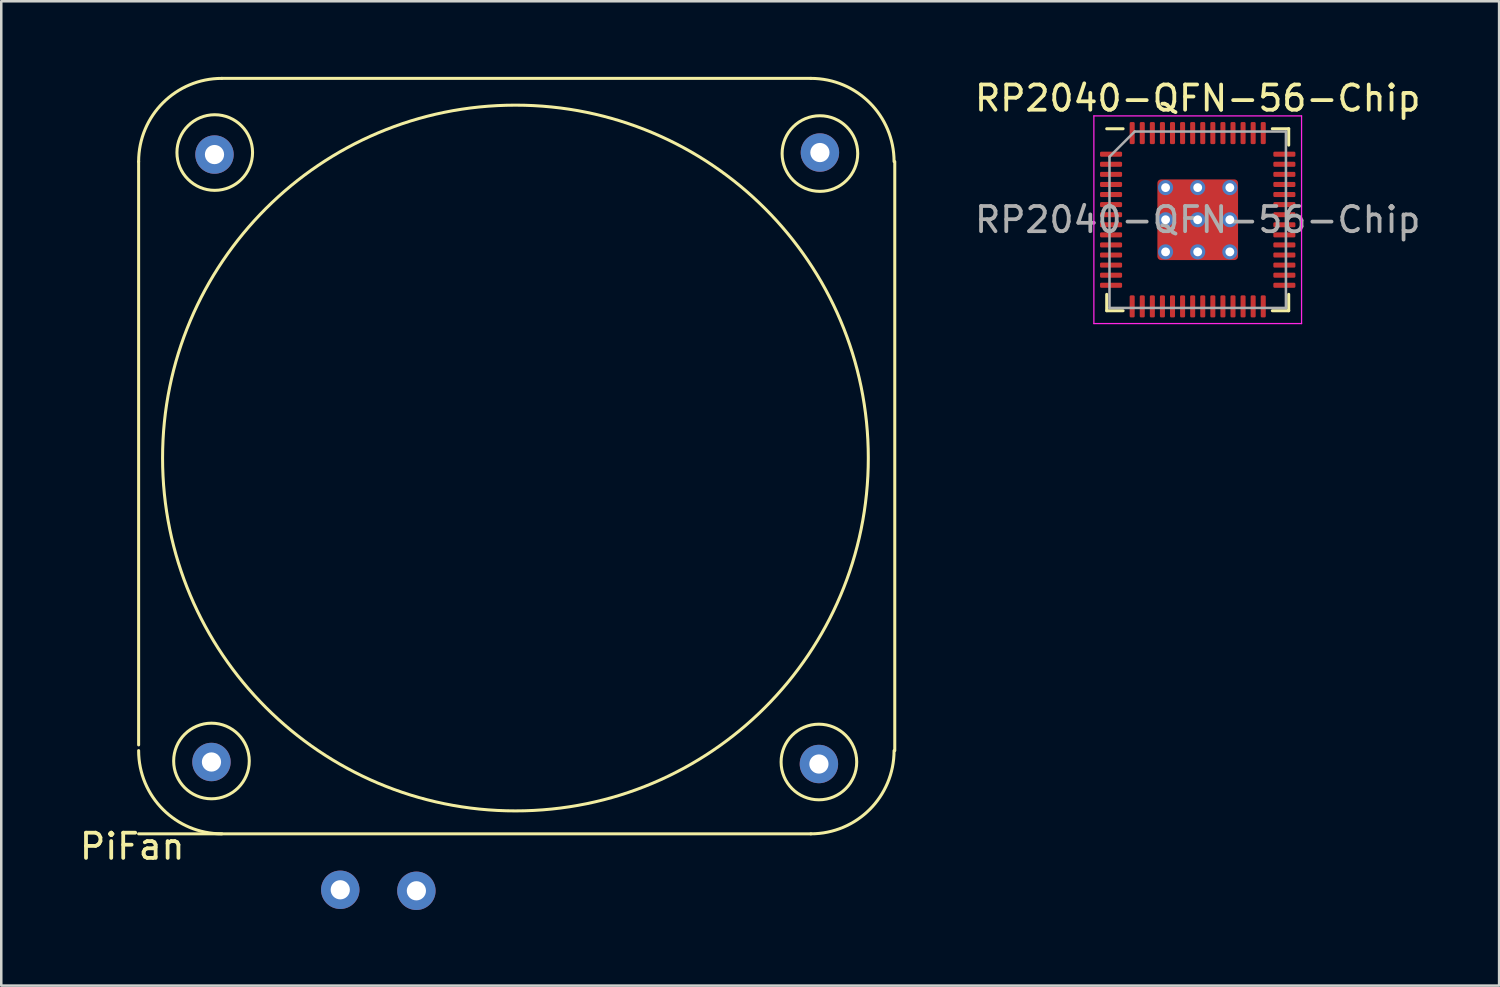
<source format=kicad_pcb>
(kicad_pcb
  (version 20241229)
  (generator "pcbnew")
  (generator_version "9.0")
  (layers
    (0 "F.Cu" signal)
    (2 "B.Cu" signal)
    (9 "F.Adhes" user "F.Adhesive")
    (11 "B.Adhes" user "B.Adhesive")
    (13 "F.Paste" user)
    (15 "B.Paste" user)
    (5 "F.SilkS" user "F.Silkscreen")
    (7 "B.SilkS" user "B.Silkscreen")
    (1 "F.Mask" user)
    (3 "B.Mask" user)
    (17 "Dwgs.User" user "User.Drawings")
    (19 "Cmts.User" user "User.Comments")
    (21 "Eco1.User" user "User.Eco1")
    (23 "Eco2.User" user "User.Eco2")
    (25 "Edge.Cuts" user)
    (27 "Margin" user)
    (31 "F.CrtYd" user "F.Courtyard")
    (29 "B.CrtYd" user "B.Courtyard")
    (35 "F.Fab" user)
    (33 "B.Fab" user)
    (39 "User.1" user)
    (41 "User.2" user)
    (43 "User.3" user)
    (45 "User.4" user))
  (footprint "PiFan"
    (layer "F.Cu")
    (at 17.4 15.122)
    (property "Reference" "PiFan" (at -15.204 15.41 0) (layer "F.SilkS") (effects (font (size 1 1) (thickness 0.15))))
    (attr through_hole)
    (fp_line (start -14.95 -11.76) (end -14.95 11.382) (stroke (width 0.12) (type solid)) (layer "F.SilkS"))
    (fp_line (start -14.95 14.91) (end 11.72 14.91) (stroke (width 0.12) (type solid)) (layer "F.SilkS"))
    (fp_line (start -11.648 -15.062) (end 11.72 -15.062) (stroke (width 0.12) (type solid)) (layer "F.SilkS"))
    (fp_line (start 15.05 -11.76) (end 15.05 11.608) (stroke (width 0.12) (type solid)) (layer "F.SilkS"))
    (fp_arc (start -14.95 -11.76) (mid -13.982867 -14.094867) (end -11.648 -15.062) (stroke (width 0.12) (type solid)) (layer "F.SilkS"))
    (fp_arc (start -11.648 14.91) (mid -13.982867 13.942867) (end -14.95 11.608) (stroke (width 0.12) (type solid)) (layer "F.SilkS"))
    (fp_arc (start 11.72 -15.062) (mid 14.054867 -14.094867) (end 15.022 -11.76) (stroke (width 0.12) (type solid)) (layer "F.SilkS"))
    (fp_arc (start 15.022 11.608) (mid 14.054867 13.942867) (end 11.72 14.91) (stroke (width 0.12) (type solid)) (layer "F.SilkS"))
    (fp_circle (center -12.06 12.02) (end -10.56 12.02) (stroke (width 0.12) (type solid)) (fill no) (layer "F.SilkS"))
    (fp_circle (center -11.93 -12.12) (end -10.43 -12.12) (stroke (width 0.12) (type solid)) (fill no) (layer "F.SilkS"))
    (fp_circle (center 0 0) (end 14 0) (stroke (width 0.12) (type solid)) (fill no) (layer "F.SilkS"))
    (fp_circle (center 12.04 12.06) (end 13.54 12.06) (stroke (width 0.12) (type solid)) (fill no) (layer "F.SilkS"))
    (fp_circle (center 12.08 -12.08) (end 13.58 -12.08) (stroke (width 0.12) (type solid)) (fill no) (layer "F.SilkS"))
    (pad "1" thru_hole circle (at 12.08 -12.12) (size 1.524 1.524) (drill 0.762) (layers "*.Cu" "*.Mask"))
    (pad "2" thru_hole circle (at -11.94 -12.04) (size 1.524 1.524) (drill 0.762) (layers "*.Cu" "*.Mask"))
    (pad "3" thru_hole circle (at -12.06 12.06) (size 1.524 1.524) (drill 0.762) (layers "*.Cu" "*.Mask"))
    (pad "4" thru_hole circle (at 12.04 12.14) (size 1.524 1.524) (drill 0.762) (layers "*.Cu" "*.Mask"))
    (pad "5" thru_hole circle (at -6.95 17.13) (size 1.524 1.524) (drill 0.762) (layers "*.Cu" "*.Mask"))
    (pad "6" thru_hole circle (at -3.93 17.17) (size 1.524 1.524) (drill 0.762) (layers "*.Cu" "*.Mask")))
  (footprint "RP2040-QFN-56-Chip"
    (layer "F.Cu")
    (at 44.469 5.668)
    (property "Reference" "RP2040-QFN-56-Chip" (at 0 -4.82 0) (layer "F.SilkS") (effects (font (size 1 1) (thickness 0.15))))
    (attr smd)
    (fp_line (start -3.61 3.61) (end -3.61 2.96) (stroke (width 0.12) (type solid)) (layer "F.SilkS"))
    (fp_line (start -2.96 -3.61) (end -3.61 -3.61) (stroke (width 0.12) (type solid)) (layer "F.SilkS"))
    (fp_line (start -2.96 3.61) (end -3.61 3.61) (stroke (width 0.12) (type solid)) (layer "F.SilkS"))
    (fp_line (start 2.96 -3.61) (end 3.61 -3.61) (stroke (width 0.12) (type solid)) (layer "F.SilkS"))
    (fp_line (start 2.96 3.61) (end 3.61 3.61) (stroke (width 0.12) (type solid)) (layer "F.SilkS"))
    (fp_line (start 3.61 -3.61) (end 3.61 -2.96) (stroke (width 0.12) (type solid)) (layer "F.SilkS"))
    (fp_line (start 3.61 3.61) (end 3.61 2.96) (stroke (width 0.12) (type solid)) (layer "F.SilkS"))
    (fp_line (start -4.12 -4.12) (end -4.12 4.12) (stroke (width 0.05) (type solid)) (layer "F.CrtYd"))
    (fp_line (start -4.12 4.12) (end 4.12 4.12) (stroke (width 0.05) (type solid)) (layer "F.CrtYd"))
    (fp_line (start 4.12 -4.12) (end -4.12 -4.12) (stroke (width 0.05) (type solid)) (layer "F.CrtYd"))
    (fp_line (start 4.12 4.12) (end 4.12 -4.12) (stroke (width 0.05) (type solid)) (layer "F.CrtYd"))
    (fp_line (start -3.5 -2.5) (end -2.5 -3.5) (stroke (width 0.1) (type solid)) (layer "F.Fab"))
    (fp_line (start -3.5 3.5) (end -3.5 -2.5) (stroke (width 0.1) (type solid)) (layer "F.Fab"))
    (fp_line (start -2.5 -3.5) (end 3.5 -3.5) (stroke (width 0.1) (type solid)) (layer "F.Fab"))
    (fp_line (start 3.5 -3.5) (end 3.5 3.5) (stroke (width 0.1) (type solid)) (layer "F.Fab"))
    (fp_line (start 3.5 3.5) (end -3.5 3.5) (stroke (width 0.1) (type solid)) (layer "F.Fab"))
    (fp_text user "${REFERENCE}" (at 0 0 0) (layer "F.Fab") (effects (font (size 1 1) (thickness 0.15))))
    (pad "" smd roundrect (at -0.637 -0.637) (size 1.084 1.084) (layers "F.Paste") (roundrect_rratio 0.231))
    (pad "" smd roundrect (at -0.637 0.637) (size 1.084 1.084) (layers "F.Paste") (roundrect_rratio 0.231))
    (pad "" smd roundrect (at 0.637 -0.637) (size 1.084 1.084) (layers "F.Paste") (roundrect_rratio 0.231))
    (pad "" smd roundrect (at 0.637 0.637) (size 1.084 1.084) (layers "F.Paste") (roundrect_rratio 0.231))
    (pad "1" smd roundrect (at -3.438 -2.6) (size 0.875 0.2) (layers "F.Cu" "F.Mask" "F.Paste") (roundrect_rratio 0.25))
    (pad "2" smd roundrect (at -3.438 -2.2) (size 0.875 0.2) (layers "F.Cu" "F.Mask" "F.Paste") (roundrect_rratio 0.25))
    (pad "3" smd roundrect (at -3.438 -1.8) (size 0.875 0.2) (layers "F.Cu" "F.Mask" "F.Paste") (roundrect_rratio 0.25))
    (pad "4" smd roundrect (at -3.438 -1.4) (size 0.875 0.2) (layers "F.Cu" "F.Mask" "F.Paste") (roundrect_rratio 0.25))
    (pad "5" smd roundrect (at -3.438 -1) (size 0.875 0.2) (layers "F.Cu" "F.Mask" "F.Paste") (roundrect_rratio 0.25))
    (pad "6" smd roundrect (at -3.438 -0.6) (size 0.875 0.2) (layers "F.Cu" "F.Mask" "F.Paste") (roundrect_rratio 0.25))
    (pad "7" smd roundrect (at -3.438 -0.2) (size 0.875 0.2) (layers "F.Cu" "F.Mask" "F.Paste") (roundrect_rratio 0.25))
    (pad "8" smd roundrect (at -3.438 0.2) (size 0.875 0.2) (layers "F.Cu" "F.Mask" "F.Paste") (roundrect_rratio 0.25))
    (pad "9" smd roundrect (at -3.438 0.6) (size 0.875 0.2) (layers "F.Cu" "F.Mask" "F.Paste") (roundrect_rratio 0.25))
    (pad "10" smd roundrect (at -3.438 1) (size 0.875 0.2) (layers "F.Cu" "F.Mask" "F.Paste") (roundrect_rratio 0.25))
    (pad "11" smd roundrect (at -3.438 1.4) (size 0.875 0.2) (layers "F.Cu" "F.Mask" "F.Paste") (roundrect_rratio 0.25))
    (pad "12" smd roundrect (at -3.438 1.8) (size 0.875 0.2) (layers "F.Cu" "F.Mask" "F.Paste") (roundrect_rratio 0.25))
    (pad "13" smd roundrect (at -3.438 2.2) (size 0.875 0.2) (layers "F.Cu" "F.Mask" "F.Paste") (roundrect_rratio 0.25))
    (pad "14" smd roundrect (at -3.438 2.6) (size 0.875 0.2) (layers "F.Cu" "F.Mask" "F.Paste") (roundrect_rratio 0.25))
    (pad "15" smd roundrect (at -2.6 3.438) (size 0.2 0.875) (layers "F.Cu" "F.Mask" "F.Paste") (roundrect_rratio 0.25))
    (pad "16" smd roundrect (at -2.2 3.438) (size 0.2 0.875) (layers "F.Cu" "F.Mask" "F.Paste") (roundrect_rratio 0.25))
    (pad "17" smd roundrect (at -1.8 3.438) (size 0.2 0.875) (layers "F.Cu" "F.Mask" "F.Paste") (roundrect_rratio 0.25))
    (pad "18" smd roundrect (at -1.4 3.438) (size 0.2 0.875) (layers "F.Cu" "F.Mask" "F.Paste") (roundrect_rratio 0.25))
    (pad "19" smd roundrect (at -1 3.438) (size 0.2 0.875) (layers "F.Cu" "F.Mask" "F.Paste") (roundrect_rratio 0.25))
    (pad "20" smd roundrect (at -0.6 3.438) (size 0.2 0.875) (layers "F.Cu" "F.Mask" "F.Paste") (roundrect_rratio 0.25))
    (pad "21" smd roundrect (at -0.2 3.438) (size 0.2 0.875) (layers "F.Cu" "F.Mask" "F.Paste") (roundrect_rratio 0.25))
    (pad "22" smd roundrect (at 0.2 3.438) (size 0.2 0.875) (layers "F.Cu" "F.Mask" "F.Paste") (roundrect_rratio 0.25))
    (pad "23" smd roundrect (at 0.6 3.438) (size 0.2 0.875) (layers "F.Cu" "F.Mask" "F.Paste") (roundrect_rratio 0.25))
    (pad "24" smd roundrect (at 1 3.438) (size 0.2 0.875) (layers "F.Cu" "F.Mask" "F.Paste") (roundrect_rratio 0.25))
    (pad "25" smd roundrect (at 1.4 3.438) (size 0.2 0.875) (layers "F.Cu" "F.Mask" "F.Paste") (roundrect_rratio 0.25))
    (pad "26" smd roundrect (at 1.8 3.438) (size 0.2 0.875) (layers "F.Cu" "F.Mask" "F.Paste") (roundrect_rratio 0.25))
    (pad "27" smd roundrect (at 2.2 3.438) (size 0.2 0.875) (layers "F.Cu" "F.Mask" "F.Paste") (roundrect_rratio 0.25))
    (pad "28" smd roundrect (at 2.6 3.438) (size 0.2 0.875) (layers "F.Cu" "F.Mask" "F.Paste") (roundrect_rratio 0.25))
    (pad "29" smd roundrect (at 3.438 2.6) (size 0.875 0.2) (layers "F.Cu" "F.Mask" "F.Paste") (roundrect_rratio 0.25))
    (pad "30" smd roundrect (at 3.438 2.2) (size 0.875 0.2) (layers "F.Cu" "F.Mask" "F.Paste") (roundrect_rratio 0.25))
    (pad "31" smd roundrect (at 3.438 1.8) (size 0.875 0.2) (layers "F.Cu" "F.Mask" "F.Paste") (roundrect_rratio 0.25))
    (pad "32" smd roundrect (at 3.438 1.4) (size 0.875 0.2) (layers "F.Cu" "F.Mask" "F.Paste") (roundrect_rratio 0.25))
    (pad "33" smd roundrect (at 3.438 1) (size 0.875 0.2) (layers "F.Cu" "F.Mask" "F.Paste") (roundrect_rratio 0.25))
    (pad "34" smd roundrect (at 3.438 0.6) (size 0.875 0.2) (layers "F.Cu" "F.Mask" "F.Paste") (roundrect_rratio 0.25))
    (pad "35" smd roundrect (at 3.438 0.2) (size 0.875 0.2) (layers "F.Cu" "F.Mask" "F.Paste") (roundrect_rratio 0.25))
    (pad "36" smd roundrect (at 3.438 -0.2) (size 0.875 0.2) (layers "F.Cu" "F.Mask" "F.Paste") (roundrect_rratio 0.25))
    (pad "37" smd roundrect (at 3.438 -0.6) (size 0.875 0.2) (layers "F.Cu" "F.Mask" "F.Paste") (roundrect_rratio 0.25))
    (pad "38" smd roundrect (at 3.438 -1) (size 0.875 0.2) (layers "F.Cu" "F.Mask" "F.Paste") (roundrect_rratio 0.25))
    (pad "39" smd roundrect (at 3.438 -1.4) (size 0.875 0.2) (layers "F.Cu" "F.Mask" "F.Paste") (roundrect_rratio 0.25))
    (pad "40" smd roundrect (at 3.438 -1.8) (size 0.875 0.2) (layers "F.Cu" "F.Mask" "F.Paste") (roundrect_rratio 0.25))
    (pad "41" smd roundrect (at 3.438 -2.2) (size 0.875 0.2) (layers "F.Cu" "F.Mask" "F.Paste") (roundrect_rratio 0.25))
    (pad "42" smd roundrect (at 3.438 -2.6) (size 0.875 0.2) (layers "F.Cu" "F.Mask" "F.Paste") (roundrect_rratio 0.25))
    (pad "43" smd roundrect (at 2.6 -3.438) (size 0.2 0.875) (layers "F.Cu" "F.Mask" "F.Paste") (roundrect_rratio 0.25))
    (pad "44" smd roundrect (at 2.2 -3.438) (size 0.2 0.875) (layers "F.Cu" "F.Mask" "F.Paste") (roundrect_rratio 0.25))
    (pad "45" smd roundrect (at 1.8 -3.438) (size 0.2 0.875) (layers "F.Cu" "F.Mask" "F.Paste") (roundrect_rratio 0.25))
    (pad "46" smd roundrect (at 1.4 -3.438) (size 0.2 0.875) (layers "F.Cu" "F.Mask" "F.Paste") (roundrect_rratio 0.25))
    (pad "47" smd roundrect (at 1 -3.438) (size 0.2 0.875) (layers "F.Cu" "F.Mask" "F.Paste") (roundrect_rratio 0.25))
    (pad "48" smd roundrect (at 0.6 -3.438) (size 0.2 0.875) (layers "F.Cu" "F.Mask" "F.Paste") (roundrect_rratio 0.25))
    (pad "49" smd roundrect (at 0.2 -3.438) (size 0.2 0.875) (layers "F.Cu" "F.Mask" "F.Paste") (roundrect_rratio 0.25))
    (pad "50" smd roundrect (at -0.2 -3.438) (size 0.2 0.875) (layers "F.Cu" "F.Mask" "F.Paste") (roundrect_rratio 0.25))
    (pad "51" smd roundrect (at -0.6 -3.438) (size 0.2 0.875) (layers "F.Cu" "F.Mask" "F.Paste") (roundrect_rratio 0.25))
    (pad "52" smd roundrect (at -1 -3.438) (size 0.2 0.875) (layers "F.Cu" "F.Mask" "F.Paste") (roundrect_rratio 0.25))
    (pad "53" smd roundrect (at -1.4 -3.438) (size 0.2 0.875) (layers "F.Cu" "F.Mask" "F.Paste") (roundrect_rratio 0.25))
    (pad "54" smd roundrect (at -1.8 -3.438) (size 0.2 0.875) (layers "F.Cu" "F.Mask" "F.Paste") (roundrect_rratio 0.25))
    (pad "55" smd roundrect (at -2.2 -3.438) (size 0.2 0.875) (layers "F.Cu" "F.Mask" "F.Paste") (roundrect_rratio 0.25))
    (pad "56" smd roundrect (at -2.6 -3.438) (size 0.2 0.875) (layers "F.Cu" "F.Mask" "F.Paste") (roundrect_rratio 0.25))
    (pad "57" thru_hole circle (at -1.275 -1.275) (size 0.6 0.6) (drill 0.35) (layers "*.Cu"))
    (pad "57" thru_hole circle (at -1.275 0) (size 0.6 0.6) (drill 0.35) (layers "*.Cu"))
    (pad "57" thru_hole circle (at -1.275 1.275) (size 0.6 0.6) (drill 0.35) (layers "*.Cu"))
    (pad "57" thru_hole circle (at 0 -1.275) (size 0.6 0.6) (drill 0.35) (layers "*.Cu"))
    (pad "57" thru_hole circle (at 0 0) (size 0.6 0.6) (drill 0.35) (layers "*.Cu"))
    (pad "57" smd roundrect (at 0 0) (size 3.2 3.2) (layers "F.Cu" "F.Mask") (roundrect_rratio 0.045))
    (pad "57" thru_hole circle (at 0 1.275) (size 0.6 0.6) (drill 0.35) (layers "*.Cu"))
    (pad "57" thru_hole circle (at 1.275 -1.275) (size 0.6 0.6) (drill 0.35) (layers "*.Cu"))
    (pad "57" thru_hole circle (at 1.275 0) (size 0.6 0.6) (drill 0.35) (layers "*.Cu"))
    (pad "57" thru_hole circle (at 1.275 1.275) (size 0.6 0.6) (drill 0.35) (layers "*.Cu")))
  (gr_rect
    (start -3 -3)
    (end 56.427 36.054)
    (stroke (width 0.1) (type default))
    (fill no)
    (layer "Edge.Cuts")))
</source>
